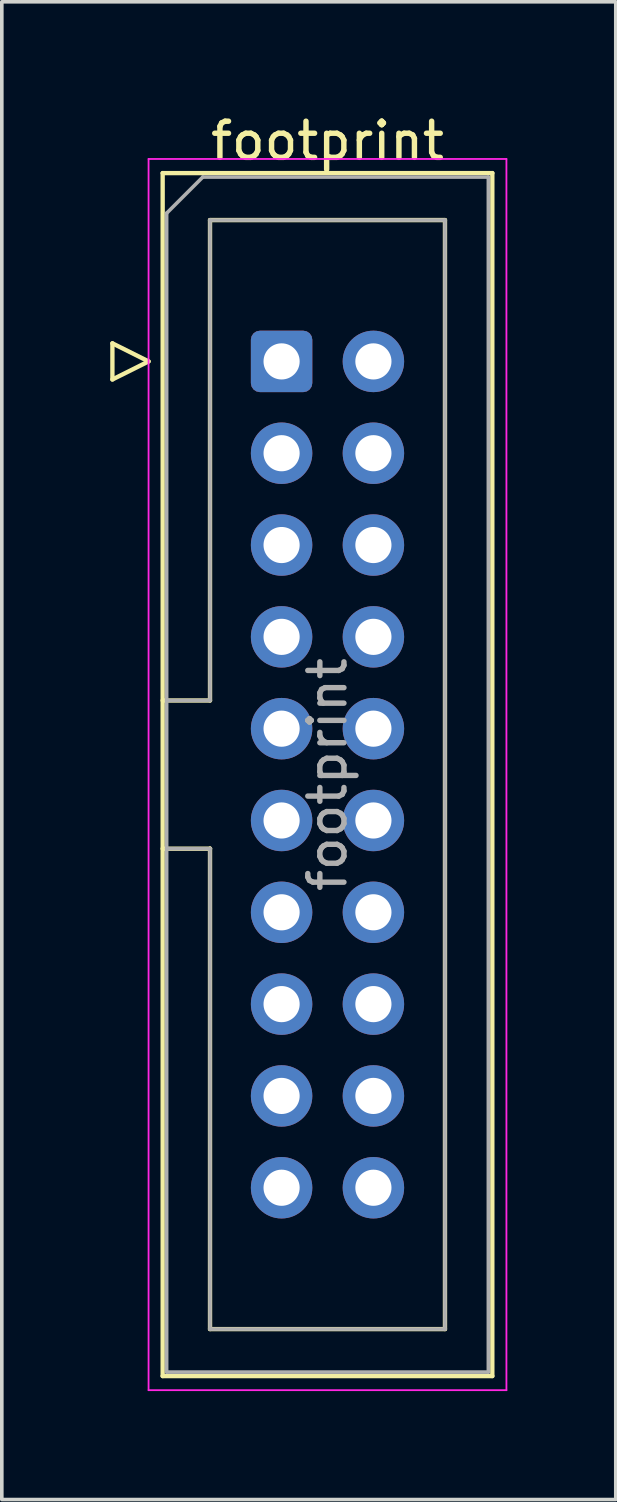
<source format=kicad_pcb>
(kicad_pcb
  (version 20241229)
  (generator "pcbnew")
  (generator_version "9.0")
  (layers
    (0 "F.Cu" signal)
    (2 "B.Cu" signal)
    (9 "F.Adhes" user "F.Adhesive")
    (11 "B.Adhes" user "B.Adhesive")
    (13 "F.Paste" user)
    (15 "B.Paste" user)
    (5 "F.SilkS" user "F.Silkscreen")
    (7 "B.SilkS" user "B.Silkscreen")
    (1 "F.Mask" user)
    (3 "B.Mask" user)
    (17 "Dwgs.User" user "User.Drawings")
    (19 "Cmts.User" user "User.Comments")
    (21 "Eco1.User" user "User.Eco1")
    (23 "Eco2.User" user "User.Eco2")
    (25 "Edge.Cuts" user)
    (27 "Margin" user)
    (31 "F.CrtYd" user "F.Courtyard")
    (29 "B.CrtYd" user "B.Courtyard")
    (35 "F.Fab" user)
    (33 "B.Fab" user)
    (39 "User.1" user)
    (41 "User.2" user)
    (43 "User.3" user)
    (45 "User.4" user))
  (footprint "footprint"
    (layer "F.Cu")
    (at 4.74 6.948)
    (property "Reference" "footprint" (at 1.27 -6.1 0) (layer "F.SilkS") (effects (font (size 1 1) (thickness 0.15))))
    (attr through_hole)
    (fp_line (start -4.68 -0.5) (end -4.68 0.5) (stroke (width 0.12) (type solid)) (layer "F.SilkS"))
    (fp_line (start -4.68 0.5) (end -3.68 0) (stroke (width 0.12) (type solid)) (layer "F.SilkS"))
    (fp_line (start -3.68 0) (end -4.68 -0.5) (stroke (width 0.12) (type solid)) (layer "F.SilkS"))
    (fp_line (start -3.29 -5.21) (end 5.83 -5.21) (stroke (width 0.12) (type solid)) (layer "F.SilkS"))
    (fp_line (start -3.29 9.38) (end -1.98 9.38) (stroke (width 0.12) (type solid)) (layer "F.SilkS"))
    (fp_line (start -3.29 28.07) (end -3.29 -5.21) (stroke (width 0.12) (type solid)) (layer "F.SilkS"))
    (fp_line (start -1.98 -3.91) (end 4.52 -3.91) (stroke (width 0.12) (type solid)) (layer "F.SilkS"))
    (fp_line (start -1.98 9.38) (end -1.98 -3.91) (stroke (width 0.12) (type solid)) (layer "F.SilkS"))
    (fp_line (start -1.98 13.48) (end -3.29 13.48) (stroke (width 0.12) (type solid)) (layer "F.SilkS"))
    (fp_line (start -1.98 13.48) (end -1.98 13.48) (stroke (width 0.12) (type solid)) (layer "F.SilkS"))
    (fp_line (start -1.98 26.77) (end -1.98 13.48) (stroke (width 0.12) (type solid)) (layer "F.SilkS"))
    (fp_line (start 4.52 -3.91) (end 4.52 26.77) (stroke (width 0.12) (type solid)) (layer "F.SilkS"))
    (fp_line (start 4.52 26.77) (end -1.98 26.77) (stroke (width 0.12) (type solid)) (layer "F.SilkS"))
    (fp_line (start 5.83 -5.21) (end 5.83 28.07) (stroke (width 0.12) (type solid)) (layer "F.SilkS"))
    (fp_line (start 5.83 28.07) (end -3.29 28.07) (stroke (width 0.12) (type solid)) (layer "F.SilkS"))
    (fp_line (start -3.68 -5.6) (end -3.68 28.46) (stroke (width 0.05) (type solid)) (layer "F.CrtYd"))
    (fp_line (start -3.68 28.46) (end 6.22 28.46) (stroke (width 0.05) (type solid)) (layer "F.CrtYd"))
    (fp_line (start 6.22 -5.6) (end -3.68 -5.6) (stroke (width 0.05) (type solid)) (layer "F.CrtYd"))
    (fp_line (start 6.22 28.46) (end 6.22 -5.6) (stroke (width 0.05) (type solid)) (layer "F.CrtYd"))
    (fp_line (start -3.18 -4.1) (end -2.18 -5.1) (stroke (width 0.1) (type solid)) (layer "F.Fab"))
    (fp_line (start -3.18 9.38) (end -1.98 9.38) (stroke (width 0.1) (type solid)) (layer "F.Fab"))
    (fp_line (start -3.18 27.96) (end -3.18 -4.1) (stroke (width 0.1) (type solid)) (layer "F.Fab"))
    (fp_line (start -2.18 -5.1) (end 5.72 -5.1) (stroke (width 0.1) (type solid)) (layer "F.Fab"))
    (fp_line (start -1.98 -3.91) (end 4.52 -3.91) (stroke (width 0.1) (type solid)) (layer "F.Fab"))
    (fp_line (start -1.98 9.38) (end -1.98 -3.91) (stroke (width 0.1) (type solid)) (layer "F.Fab"))
    (fp_line (start -1.98 13.48) (end -3.18 13.48) (stroke (width 0.1) (type solid)) (layer "F.Fab"))
    (fp_line (start -1.98 13.48) (end -1.98 13.48) (stroke (width 0.1) (type solid)) (layer "F.Fab"))
    (fp_line (start -1.98 26.77) (end -1.98 13.48) (stroke (width 0.1) (type solid)) (layer "F.Fab"))
    (fp_line (start 4.52 -3.91) (end 4.52 26.77) (stroke (width 0.1) (type solid)) (layer "F.Fab"))
    (fp_line (start 4.52 26.77) (end -1.98 26.77) (stroke (width 0.1) (type solid)) (layer "F.Fab"))
    (fp_line (start 5.72 -5.1) (end 5.72 27.96) (stroke (width 0.1) (type solid)) (layer "F.Fab"))
    (fp_line (start 5.72 27.96) (end -3.18 27.96) (stroke (width 0.1) (type solid)) (layer "F.Fab"))
    (fp_text user "${REFERENCE}" (at 1.27 11.43 90) (layer "F.Fab") (effects (font (size 1 1) (thickness 0.15))))
    (pad "1" thru_hole roundrect (at 0 0) (size 1.7 1.7) (drill 1) (layers "*.Cu" "*.Mask") (roundrect_rratio 0.147))
    (pad "2" thru_hole circle (at 2.54 0) (size 1.7 1.7) (drill 1) (layers "*.Cu" "*.Mask"))
    (pad "3" thru_hole circle (at 0 2.54) (size 1.7 1.7) (drill 1) (layers "*.Cu" "*.Mask"))
    (pad "4" thru_hole circle (at 2.54 2.54) (size 1.7 1.7) (drill 1) (layers "*.Cu" "*.Mask"))
    (pad "5" thru_hole circle (at 0 5.08) (size 1.7 1.7) (drill 1) (layers "*.Cu" "*.Mask"))
    (pad "6" thru_hole circle (at 2.54 5.08) (size 1.7 1.7) (drill 1) (layers "*.Cu" "*.Mask"))
    (pad "7" thru_hole circle (at 0 7.62) (size 1.7 1.7) (drill 1) (layers "*.Cu" "*.Mask"))
    (pad "8" thru_hole circle (at 2.54 7.62) (size 1.7 1.7) (drill 1) (layers "*.Cu" "*.Mask"))
    (pad "9" thru_hole circle (at 0 10.16) (size 1.7 1.7) (drill 1) (layers "*.Cu" "*.Mask"))
    (pad "10" thru_hole circle (at 2.54 10.16) (size 1.7 1.7) (drill 1) (layers "*.Cu" "*.Mask"))
    (pad "11" thru_hole circle (at 0 12.7) (size 1.7 1.7) (drill 1) (layers "*.Cu" "*.Mask"))
    (pad "12" thru_hole circle (at 2.54 12.7) (size 1.7 1.7) (drill 1) (layers "*.Cu" "*.Mask"))
    (pad "13" thru_hole circle (at 0 15.24) (size 1.7 1.7) (drill 1) (layers "*.Cu" "*.Mask"))
    (pad "14" thru_hole circle (at 2.54 15.24) (size 1.7 1.7) (drill 1) (layers "*.Cu" "*.Mask"))
    (pad "15" thru_hole circle (at 0 17.78) (size 1.7 1.7) (drill 1) (layers "*.Cu" "*.Mask"))
    (pad "16" thru_hole circle (at 2.54 17.78) (size 1.7 1.7) (drill 1) (layers "*.Cu" "*.Mask"))
    (pad "17" thru_hole circle (at 0 20.32) (size 1.7 1.7) (drill 1) (layers "*.Cu" "*.Mask"))
    (pad "18" thru_hole circle (at 2.54 20.32) (size 1.7 1.7) (drill 1) (layers "*.Cu" "*.Mask"))
    (pad "19" thru_hole circle (at 0 22.86) (size 1.7 1.7) (drill 1) (layers "*.Cu" "*.Mask"))
    (pad "20" thru_hole circle (at 2.54 22.86) (size 1.7 1.7) (drill 1) (layers "*.Cu" "*.Mask")))
  (gr_rect
    (start -3 -3)
    (end 13.985 38.433)
    (stroke (width 0.1) (type default))
    (fill no)
    (layer "Edge.Cuts")))
</source>
